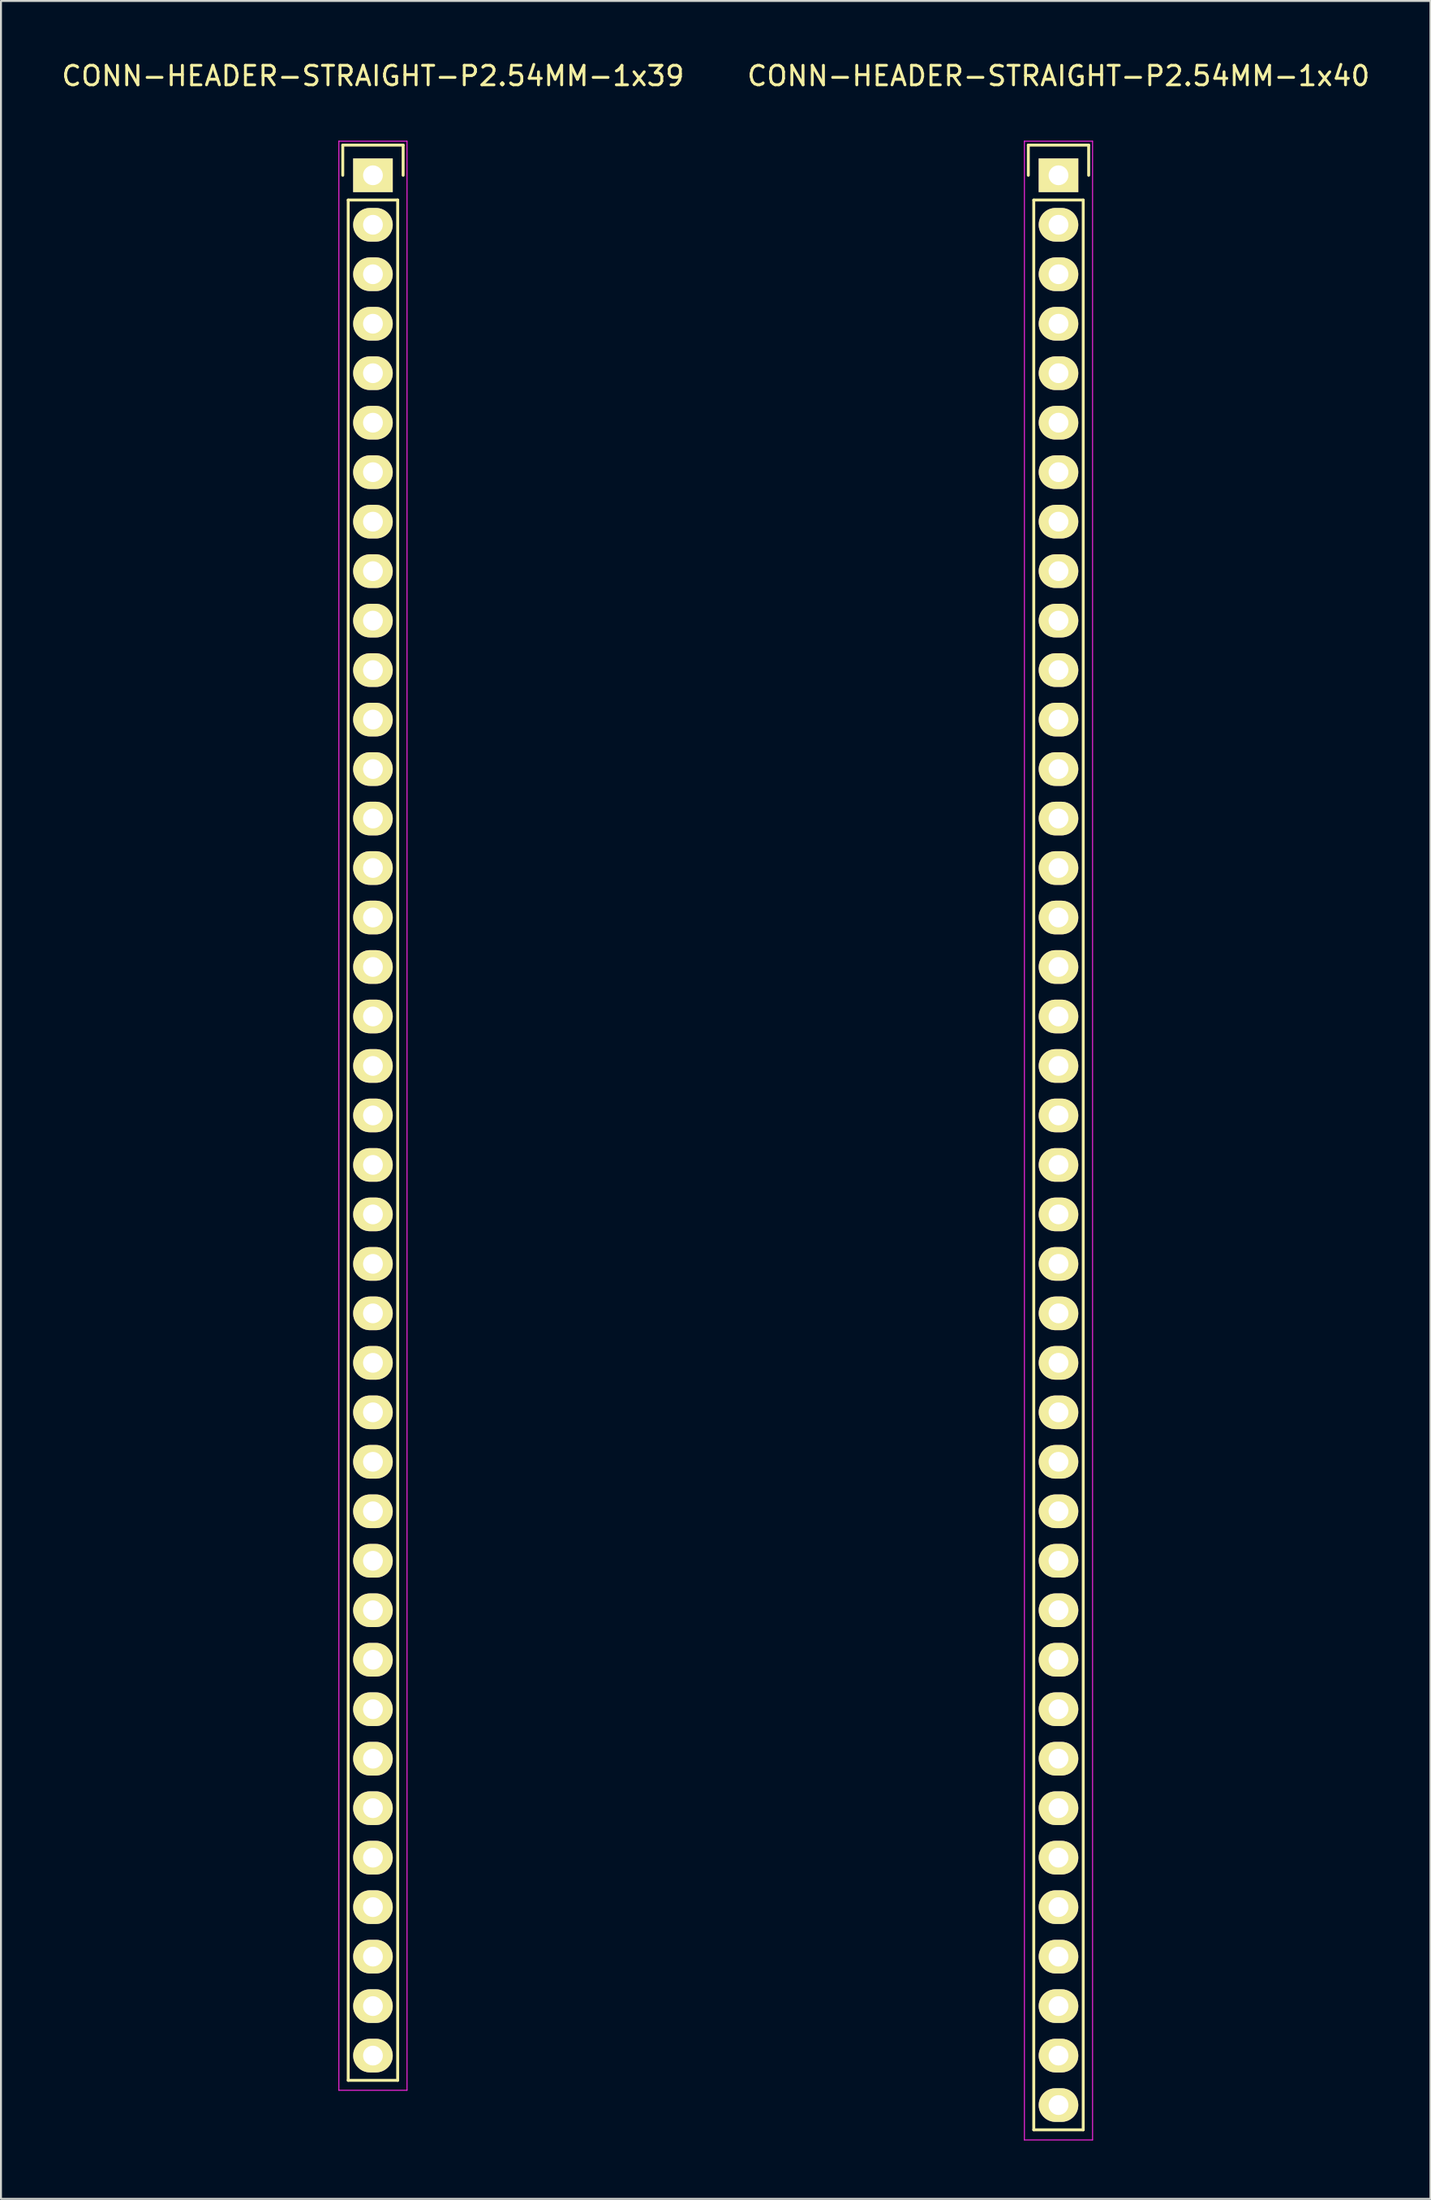
<source format=kicad_pcb>
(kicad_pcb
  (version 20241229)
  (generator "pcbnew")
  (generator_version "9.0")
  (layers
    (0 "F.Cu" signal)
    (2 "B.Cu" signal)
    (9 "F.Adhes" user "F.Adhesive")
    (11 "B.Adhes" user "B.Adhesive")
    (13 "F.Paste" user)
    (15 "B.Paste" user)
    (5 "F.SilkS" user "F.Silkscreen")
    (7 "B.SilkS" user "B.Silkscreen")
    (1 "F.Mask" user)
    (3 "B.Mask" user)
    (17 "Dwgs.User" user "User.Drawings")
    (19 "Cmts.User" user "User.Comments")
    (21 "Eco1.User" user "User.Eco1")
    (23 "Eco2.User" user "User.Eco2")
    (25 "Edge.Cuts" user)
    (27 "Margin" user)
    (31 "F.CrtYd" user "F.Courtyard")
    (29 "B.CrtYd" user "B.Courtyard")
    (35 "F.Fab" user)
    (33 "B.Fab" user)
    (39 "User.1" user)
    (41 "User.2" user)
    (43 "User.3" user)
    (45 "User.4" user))
  (footprint "CONN-HEADER-STRAIGHT-P2.54MM-1x39"
    (layer "F.Cu")
    (at 16.101 5.948)
    (property "Reference" "CONN-HEADER-STRAIGHT-P2.54MM-1x39" (at 0 -5.1 0) (layer "F.SilkS") (effects (font (size 1 1) (thickness 0.15))))
    (attr through_hole)
    (fp_line (start -1.55 -1.55) (end 1.55 -1.55) (stroke (width 0.15) (type solid)) (layer "F.SilkS"))
    (fp_line (start -1.55 0) (end -1.55 -1.55) (stroke (width 0.15) (type solid)) (layer "F.SilkS"))
    (fp_line (start -1.27 1.27) (end -1.27 97.79) (stroke (width 0.15) (type solid)) (layer "F.SilkS"))
    (fp_line (start -1.27 97.79) (end 1.27 97.79) (stroke (width 0.15) (type solid)) (layer "F.SilkS"))
    (fp_line (start 1.27 1.27) (end -1.27 1.27) (stroke (width 0.15) (type solid)) (layer "F.SilkS"))
    (fp_line (start 1.27 97.79) (end 1.27 1.27) (stroke (width 0.15) (type solid)) (layer "F.SilkS"))
    (fp_line (start 1.55 -1.55) (end 1.55 0) (stroke (width 0.15) (type solid)) (layer "F.SilkS"))
    (fp_line (start -1.75 -1.75) (end -1.75 98.3) (stroke (width 0.05) (type solid)) (layer "F.CrtYd"))
    (fp_line (start -1.75 -1.75) (end 1.75 -1.75) (stroke (width 0.05) (type solid)) (layer "F.CrtYd"))
    (fp_line (start -1.75 98.3) (end 1.75 98.3) (stroke (width 0.05) (type solid)) (layer "F.CrtYd"))
    (fp_line (start 1.75 -1.75) (end 1.75 98.3) (stroke (width 0.05) (type solid)) (layer "F.CrtYd"))
    (pad "1" thru_hole rect (at 0 0) (size 2.032 1.727) (drill 1.016) (layers "*.Cu" "*.Mask" "F.SilkS"))
    (pad "2" thru_hole oval (at 0 2.54) (size 2.032 1.727) (drill 1.016) (layers "*.Cu" "*.Mask" "F.SilkS"))
    (pad "3" thru_hole oval (at 0 5.08) (size 2.032 1.727) (drill 1.016) (layers "*.Cu" "*.Mask" "F.SilkS"))
    (pad "4" thru_hole oval (at 0 7.62) (size 2.032 1.727) (drill 1.016) (layers "*.Cu" "*.Mask" "F.SilkS"))
    (pad "5" thru_hole oval (at 0 10.16) (size 2.032 1.727) (drill 1.016) (layers "*.Cu" "*.Mask" "F.SilkS"))
    (pad "6" thru_hole oval (at 0 12.7) (size 2.032 1.727) (drill 1.016) (layers "*.Cu" "*.Mask" "F.SilkS"))
    (pad "7" thru_hole oval (at 0 15.24) (size 2.032 1.727) (drill 1.016) (layers "*.Cu" "*.Mask" "F.SilkS"))
    (pad "8" thru_hole oval (at 0 17.78) (size 2.032 1.727) (drill 1.016) (layers "*.Cu" "*.Mask" "F.SilkS"))
    (pad "9" thru_hole oval (at 0 20.32) (size 2.032 1.727) (drill 1.016) (layers "*.Cu" "*.Mask" "F.SilkS"))
    (pad "10" thru_hole oval (at 0 22.86) (size 2.032 1.727) (drill 1.016) (layers "*.Cu" "*.Mask" "F.SilkS"))
    (pad "11" thru_hole oval (at 0 25.4) (size 2.032 1.727) (drill 1.016) (layers "*.Cu" "*.Mask" "F.SilkS"))
    (pad "12" thru_hole oval (at 0 27.94) (size 2.032 1.727) (drill 1.016) (layers "*.Cu" "*.Mask" "F.SilkS"))
    (pad "13" thru_hole oval (at 0 30.48) (size 2.032 1.727) (drill 1.016) (layers "*.Cu" "*.Mask" "F.SilkS"))
    (pad "14" thru_hole oval (at 0 33.02) (size 2.032 1.727) (drill 1.016) (layers "*.Cu" "*.Mask" "F.SilkS"))
    (pad "15" thru_hole oval (at 0 35.56) (size 2.032 1.727) (drill 1.016) (layers "*.Cu" "*.Mask" "F.SilkS"))
    (pad "16" thru_hole oval (at 0 38.1) (size 2.032 1.727) (drill 1.016) (layers "*.Cu" "*.Mask" "F.SilkS"))
    (pad "17" thru_hole oval (at 0 40.64) (size 2.032 1.727) (drill 1.016) (layers "*.Cu" "*.Mask" "F.SilkS"))
    (pad "18" thru_hole oval (at 0 43.18) (size 2.032 1.727) (drill 1.016) (layers "*.Cu" "*.Mask" "F.SilkS"))
    (pad "19" thru_hole oval (at 0 45.72) (size 2.032 1.727) (drill 1.016) (layers "*.Cu" "*.Mask" "F.SilkS"))
    (pad "20" thru_hole oval (at 0 48.26) (size 2.032 1.727) (drill 1.016) (layers "*.Cu" "*.Mask" "F.SilkS"))
    (pad "21" thru_hole oval (at 0 50.8) (size 2.032 1.727) (drill 1.016) (layers "*.Cu" "*.Mask" "F.SilkS"))
    (pad "22" thru_hole oval (at 0 53.34) (size 2.032 1.727) (drill 1.016) (layers "*.Cu" "*.Mask" "F.SilkS"))
    (pad "23" thru_hole oval (at 0 55.88) (size 2.032 1.727) (drill 1.016) (layers "*.Cu" "*.Mask" "F.SilkS"))
    (pad "24" thru_hole oval (at 0 58.42) (size 2.032 1.727) (drill 1.016) (layers "*.Cu" "*.Mask" "F.SilkS"))
    (pad "25" thru_hole oval (at 0 60.96) (size 2.032 1.727) (drill 1.016) (layers "*.Cu" "*.Mask" "F.SilkS"))
    (pad "26" thru_hole oval (at 0 63.5) (size 2.032 1.727) (drill 1.016) (layers "*.Cu" "*.Mask" "F.SilkS"))
    (pad "27" thru_hole oval (at 0 66.04) (size 2.032 1.727) (drill 1.016) (layers "*.Cu" "*.Mask" "F.SilkS"))
    (pad "28" thru_hole oval (at 0 68.58) (size 2.032 1.727) (drill 1.016) (layers "*.Cu" "*.Mask" "F.SilkS"))
    (pad "29" thru_hole oval (at 0 71.12) (size 2.032 1.727) (drill 1.016) (layers "*.Cu" "*.Mask" "F.SilkS"))
    (pad "30" thru_hole oval (at 0 73.66) (size 2.032 1.727) (drill 1.016) (layers "*.Cu" "*.Mask" "F.SilkS"))
    (pad "31" thru_hole oval (at 0 76.2) (size 2.032 1.727) (drill 1.016) (layers "*.Cu" "*.Mask" "F.SilkS"))
    (pad "32" thru_hole oval (at 0 78.74) (size 2.032 1.727) (drill 1.016) (layers "*.Cu" "*.Mask" "F.SilkS"))
    (pad "33" thru_hole oval (at 0 81.28) (size 2.032 1.727) (drill 1.016) (layers "*.Cu" "*.Mask" "F.SilkS"))
    (pad "34" thru_hole oval (at 0 83.82) (size 2.032 1.727) (drill 1.016) (layers "*.Cu" "*.Mask" "F.SilkS"))
    (pad "35" thru_hole oval (at 0 86.36) (size 2.032 1.727) (drill 1.016) (layers "*.Cu" "*.Mask" "F.SilkS"))
    (pad "36" thru_hole oval (at 0 88.9) (size 2.032 1.727) (drill 1.016) (layers "*.Cu" "*.Mask" "F.SilkS"))
    (pad "37" thru_hole oval (at 0 91.44) (size 2.032 1.727) (drill 1.016) (layers "*.Cu" "*.Mask" "F.SilkS"))
    (pad "38" thru_hole oval (at 0 93.98) (size 2.032 1.727) (drill 1.016) (layers "*.Cu" "*.Mask" "F.SilkS"))
    (pad "39" thru_hole oval (at 0 96.52) (size 2.032 1.727) (drill 1.016) (layers "*.Cu" "*.Mask" "F.SilkS")))
  (footprint "CONN-HEADER-STRAIGHT-P2.54MM-1x40"
    (layer "F.Cu")
    (at 51.304 5.948)
    (property "Reference" "CONN-HEADER-STRAIGHT-P2.54MM-1x40" (at 0 -5.1 0) (layer "F.SilkS") (effects (font (size 1 1) (thickness 0.15))))
    (attr through_hole)
    (fp_line (start -1.55 -1.55) (end 1.55 -1.55) (stroke (width 0.15) (type solid)) (layer "F.SilkS"))
    (fp_line (start -1.55 0) (end -1.55 -1.55) (stroke (width 0.15) (type solid)) (layer "F.SilkS"))
    (fp_line (start -1.27 1.27) (end -1.27 100.33) (stroke (width 0.15) (type solid)) (layer "F.SilkS"))
    (fp_line (start -1.27 100.33) (end 1.27 100.33) (stroke (width 0.15) (type solid)) (layer "F.SilkS"))
    (fp_line (start 1.27 1.27) (end -1.27 1.27) (stroke (width 0.15) (type solid)) (layer "F.SilkS"))
    (fp_line (start 1.27 100.33) (end 1.27 1.27) (stroke (width 0.15) (type solid)) (layer "F.SilkS"))
    (fp_line (start 1.55 -1.55) (end 1.55 0) (stroke (width 0.15) (type solid)) (layer "F.SilkS"))
    (fp_line (start -1.75 -1.75) (end -1.75 100.85) (stroke (width 0.05) (type solid)) (layer "F.CrtYd"))
    (fp_line (start -1.75 -1.75) (end 1.75 -1.75) (stroke (width 0.05) (type solid)) (layer "F.CrtYd"))
    (fp_line (start -1.75 100.85) (end 1.75 100.85) (stroke (width 0.05) (type solid)) (layer "F.CrtYd"))
    (fp_line (start 1.75 -1.75) (end 1.75 100.85) (stroke (width 0.05) (type solid)) (layer "F.CrtYd"))
    (pad "1" thru_hole rect (at 0 0) (size 2.032 1.727) (drill 1.016) (layers "*.Cu" "*.Mask" "F.SilkS"))
    (pad "2" thru_hole oval (at 0 2.54) (size 2.032 1.727) (drill 1.016) (layers "*.Cu" "*.Mask" "F.SilkS"))
    (pad "3" thru_hole oval (at 0 5.08) (size 2.032 1.727) (drill 1.016) (layers "*.Cu" "*.Mask" "F.SilkS"))
    (pad "4" thru_hole oval (at 0 7.62) (size 2.032 1.727) (drill 1.016) (layers "*.Cu" "*.Mask" "F.SilkS"))
    (pad "5" thru_hole oval (at 0 10.16) (size 2.032 1.727) (drill 1.016) (layers "*.Cu" "*.Mask" "F.SilkS"))
    (pad "6" thru_hole oval (at 0 12.7) (size 2.032 1.727) (drill 1.016) (layers "*.Cu" "*.Mask" "F.SilkS"))
    (pad "7" thru_hole oval (at 0 15.24) (size 2.032 1.727) (drill 1.016) (layers "*.Cu" "*.Mask" "F.SilkS"))
    (pad "8" thru_hole oval (at 0 17.78) (size 2.032 1.727) (drill 1.016) (layers "*.Cu" "*.Mask" "F.SilkS"))
    (pad "9" thru_hole oval (at 0 20.32) (size 2.032 1.727) (drill 1.016) (layers "*.Cu" "*.Mask" "F.SilkS"))
    (pad "10" thru_hole oval (at 0 22.86) (size 2.032 1.727) (drill 1.016) (layers "*.Cu" "*.Mask" "F.SilkS"))
    (pad "11" thru_hole oval (at 0 25.4) (size 2.032 1.727) (drill 1.016) (layers "*.Cu" "*.Mask" "F.SilkS"))
    (pad "12" thru_hole oval (at 0 27.94) (size 2.032 1.727) (drill 1.016) (layers "*.Cu" "*.Mask" "F.SilkS"))
    (pad "13" thru_hole oval (at 0 30.48) (size 2.032 1.727) (drill 1.016) (layers "*.Cu" "*.Mask" "F.SilkS"))
    (pad "14" thru_hole oval (at 0 33.02) (size 2.032 1.727) (drill 1.016) (layers "*.Cu" "*.Mask" "F.SilkS"))
    (pad "15" thru_hole oval (at 0 35.56) (size 2.032 1.727) (drill 1.016) (layers "*.Cu" "*.Mask" "F.SilkS"))
    (pad "16" thru_hole oval (at 0 38.1) (size 2.032 1.727) (drill 1.016) (layers "*.Cu" "*.Mask" "F.SilkS"))
    (pad "17" thru_hole oval (at 0 40.64) (size 2.032 1.727) (drill 1.016) (layers "*.Cu" "*.Mask" "F.SilkS"))
    (pad "18" thru_hole oval (at 0 43.18) (size 2.032 1.727) (drill 1.016) (layers "*.Cu" "*.Mask" "F.SilkS"))
    (pad "19" thru_hole oval (at 0 45.72) (size 2.032 1.727) (drill 1.016) (layers "*.Cu" "*.Mask" "F.SilkS"))
    (pad "20" thru_hole oval (at 0 48.26) (size 2.032 1.727) (drill 1.016) (layers "*.Cu" "*.Mask" "F.SilkS"))
    (pad "21" thru_hole oval (at 0 50.8) (size 2.032 1.727) (drill 1.016) (layers "*.Cu" "*.Mask" "F.SilkS"))
    (pad "22" thru_hole oval (at 0 53.34) (size 2.032 1.727) (drill 1.016) (layers "*.Cu" "*.Mask" "F.SilkS"))
    (pad "23" thru_hole oval (at 0 55.88) (size 2.032 1.727) (drill 1.016) (layers "*.Cu" "*.Mask" "F.SilkS"))
    (pad "24" thru_hole oval (at 0 58.42) (size 2.032 1.727) (drill 1.016) (layers "*.Cu" "*.Mask" "F.SilkS"))
    (pad "25" thru_hole oval (at 0 60.96) (size 2.032 1.727) (drill 1.016) (layers "*.Cu" "*.Mask" "F.SilkS"))
    (pad "26" thru_hole oval (at 0 63.5) (size 2.032 1.727) (drill 1.016) (layers "*.Cu" "*.Mask" "F.SilkS"))
    (pad "27" thru_hole oval (at 0 66.04) (size 2.032 1.727) (drill 1.016) (layers "*.Cu" "*.Mask" "F.SilkS"))
    (pad "28" thru_hole oval (at 0 68.58) (size 2.032 1.727) (drill 1.016) (layers "*.Cu" "*.Mask" "F.SilkS"))
    (pad "29" thru_hole oval (at 0 71.12) (size 2.032 1.727) (drill 1.016) (layers "*.Cu" "*.Mask" "F.SilkS"))
    (pad "30" thru_hole oval (at 0 73.66) (size 2.032 1.727) (drill 1.016) (layers "*.Cu" "*.Mask" "F.SilkS"))
    (pad "31" thru_hole oval (at 0 76.2) (size 2.032 1.727) (drill 1.016) (layers "*.Cu" "*.Mask" "F.SilkS"))
    (pad "32" thru_hole oval (at 0 78.74) (size 2.032 1.727) (drill 1.016) (layers "*.Cu" "*.Mask" "F.SilkS"))
    (pad "33" thru_hole oval (at 0 81.28) (size 2.032 1.727) (drill 1.016) (layers "*.Cu" "*.Mask" "F.SilkS"))
    (pad "34" thru_hole oval (at 0 83.82) (size 2.032 1.727) (drill 1.016) (layers "*.Cu" "*.Mask" "F.SilkS"))
    (pad "35" thru_hole oval (at 0 86.36) (size 2.032 1.727) (drill 1.016) (layers "*.Cu" "*.Mask" "F.SilkS"))
    (pad "36" thru_hole oval (at 0 88.9) (size 2.032 1.727) (drill 1.016) (layers "*.Cu" "*.Mask" "F.SilkS"))
    (pad "37" thru_hole oval (at 0 91.44) (size 2.032 1.727) (drill 1.016) (layers "*.Cu" "*.Mask" "F.SilkS"))
    (pad "38" thru_hole oval (at 0 93.98) (size 2.032 1.727) (drill 1.016) (layers "*.Cu" "*.Mask" "F.SilkS"))
    (pad "39" thru_hole oval (at 0 96.52) (size 2.032 1.727) (drill 1.016) (layers "*.Cu" "*.Mask" "F.SilkS"))
    (pad "40" thru_hole oval (at 0 99.06) (size 2.032 1.727) (drill 1.016) (layers "*.Cu" "*.Mask" "F.SilkS")))
  (gr_rect
    (start -3 -3)
    (end 70.405 109.823)
    (stroke (width 0.1) (type default))
    (fill no)
    (layer "Edge.Cuts")))
</source>
